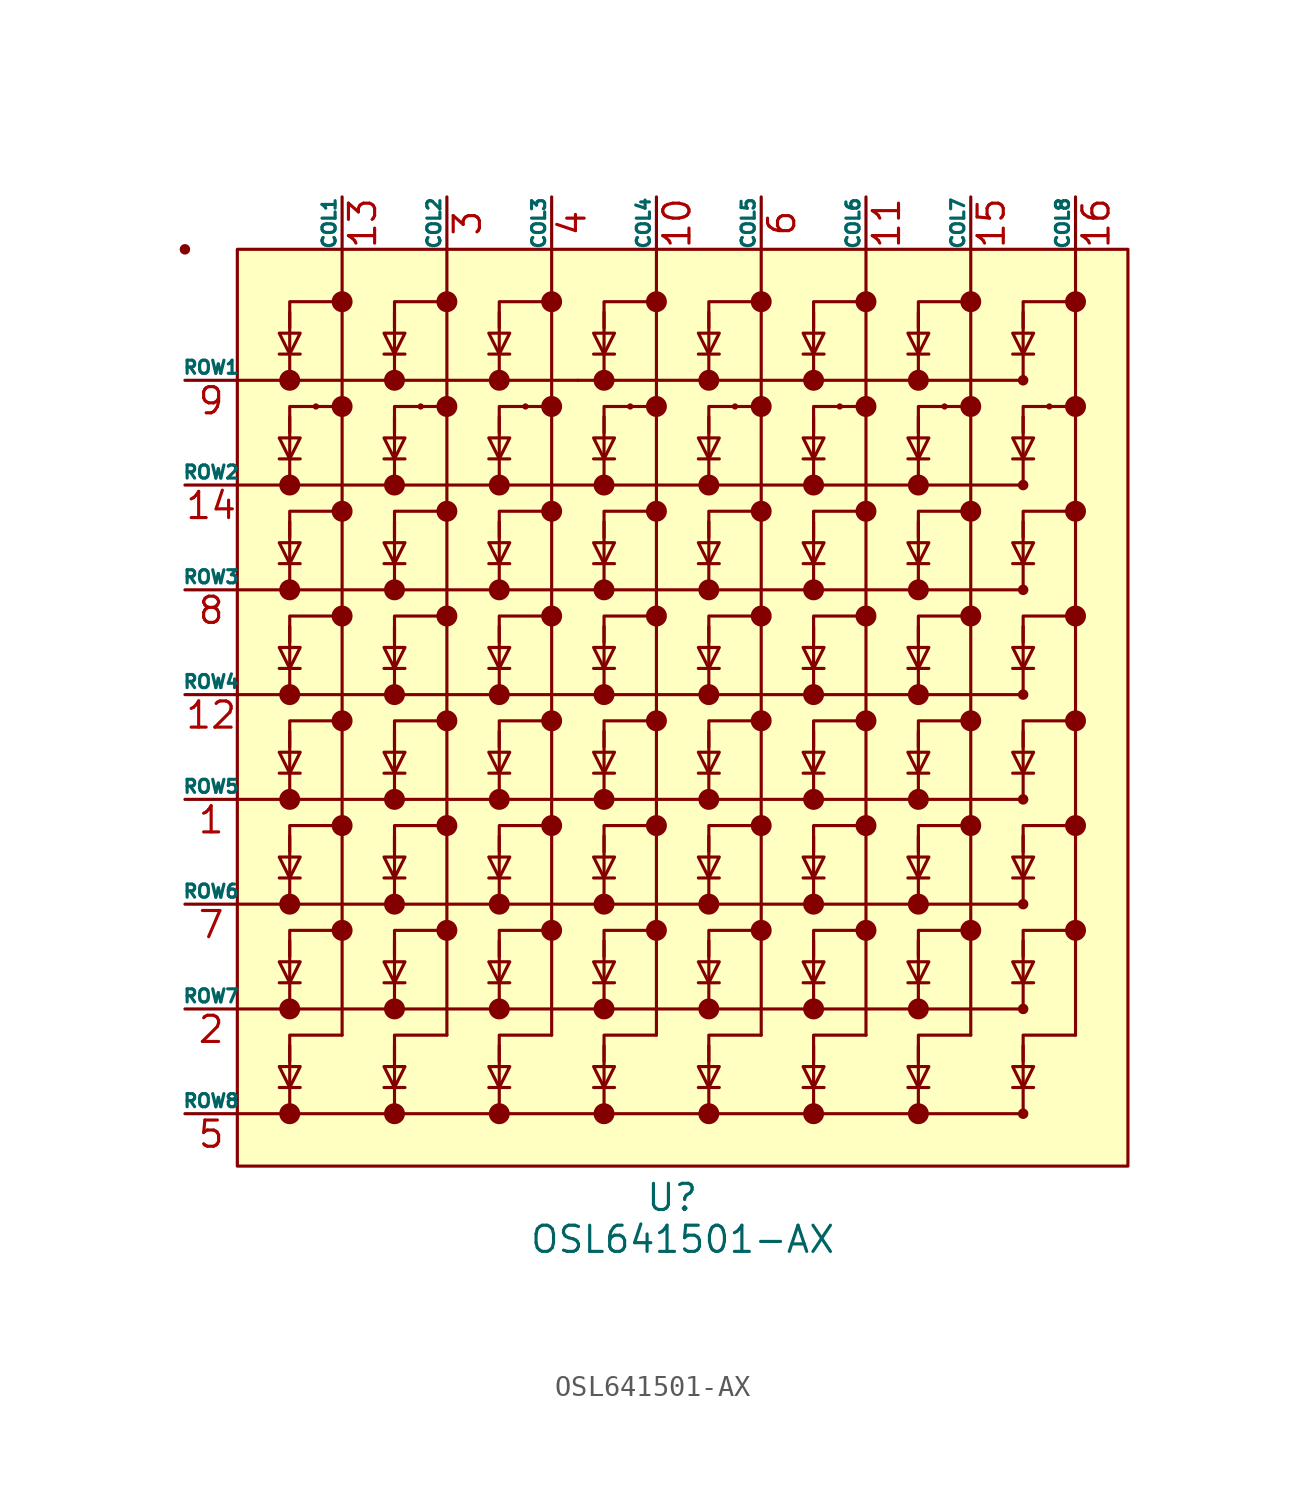
<source format=kicad_sym>
(kicad_symbol_lib
  (version 20231120)
  (generator "kicad_symbol_editor")
  (generator_version "8.0")
  (symbol "OSL641501-AX"
    (pin_names
      (offset 0))
    (property "Reference" "U"
      (at 24.892 -47.244 0)
      (effects (font (size 1.27 1.27))))
    (property "Value" "OSL641501-AX"
      (at 25.4 -49.276 0)
      (effects (font (size 1.27 1.27))))
    (symbol "OSL641501-AX_0_1"
      (polyline (pts (xy 1.27 -1.27) (xy 1.27 -1.27)) (stroke (width 0.508) (type default)) (fill (type none)))
      (polyline (pts (xy 6.35 -43.18) (xy 3.81 -43.18)) (stroke (width 0) (type default)) (fill (type none)))
      (polyline (pts (xy 6.35 -43.18) (xy 6.35 -43.18)) (stroke (width 0.508) (type default)) (fill (type none)))
      (polyline (pts (xy 6.35 -43.18) (xy 6.35 -39.878)) (stroke (width 0) (type default)) (fill (type none)))
      (polyline (pts (xy 6.35 -38.1) (xy 3.81 -38.1)) (stroke (width 0) (type default)) (fill (type none)))
      (polyline (pts (xy 6.35 -38.1) (xy 6.35 -38.1)) (stroke (width 0.508) (type default)) (fill (type none)))
      (polyline (pts (xy 6.35 -38.1) (xy 6.35 -34.798)) (stroke (width 0) (type default)) (fill (type none)))
      (polyline (pts (xy 6.35 -33.02) (xy 3.81 -33.02)) (stroke (width 0) (type default)) (fill (type none)))
      (polyline (pts (xy 6.35 -33.02) (xy 6.35 -33.02)) (stroke (width 0.508) (type default)) (fill (type none)))
      (polyline (pts (xy 6.35 -33.02) (xy 6.35 -29.718)) (stroke (width 0) (type default)) (fill (type none)))
      (polyline (pts (xy 6.35 -27.94) (xy 3.81 -27.94)) (stroke (width 0) (type default)) (fill (type none)))
      (polyline (pts (xy 6.35 -27.94) (xy 6.35 -27.94)) (stroke (width 0.508) (type default)) (fill (type none)))
      (polyline (pts (xy 6.35 -27.94) (xy 6.35 -24.638)) (stroke (width 0) (type default)) (fill (type none)))
      (polyline (pts (xy 6.35 -22.86) (xy 3.81 -22.86)) (stroke (width 0) (type default)) (fill (type none)))
      (polyline (pts (xy 6.35 -22.86) (xy 6.35 -22.86)) (stroke (width 0.508) (type default)) (fill (type none)))
      (polyline (pts (xy 6.35 -22.86) (xy 6.35 -19.558)) (stroke (width 0) (type default)) (fill (type none)))
      (polyline (pts (xy 6.35 -17.78) (xy 3.81 -17.78)) (stroke (width 0) (type default)) (fill (type none)))
      (polyline (pts (xy 6.35 -17.78) (xy 6.35 -17.78)) (stroke (width 0.508) (type default)) (fill (type none)))
      (polyline (pts (xy 6.35 -17.78) (xy 6.35 -14.478)) (stroke (width 0) (type default)) (fill (type none)))
      (polyline (pts (xy 6.35 -12.7) (xy 3.81 -12.7)) (stroke (width 0) (type default)) (fill (type none)))
      (polyline (pts (xy 6.35 -12.7) (xy 6.35 -12.7)) (stroke (width 0.508) (type default)) (fill (type none)))
      (polyline (pts (xy 6.35 -12.7) (xy 6.35 -12.7)) (stroke (width 0.508) (type default)) (fill (type none)))
      (polyline (pts (xy 6.35 -12.7) (xy 6.35 -12.7)) (stroke (width 0.508) (type default)) (fill (type none)))
      (polyline (pts (xy 6.35 -12.7) (xy 6.35 -12.7)) (stroke (width 0.508) (type default)) (fill (type none)))
      (polyline (pts (xy 6.35 -12.7) (xy 6.35 -9.398)) (stroke (width 0) (type default)) (fill (type none)))
      (polyline (pts (xy 6.35 -7.62) (xy 3.81 -7.62)) (stroke (width 0) (type default)) (fill (type none)))
      (polyline (pts (xy 6.35 -7.62) (xy 6.35 -7.62)) (stroke (width 0.508) (type default)) (fill (type none)))
      (polyline (pts (xy 6.35 -7.62) (xy 6.35 -4.318)) (stroke (width 0) (type default)) (fill (type none)))
      (polyline (pts (xy 6.858 -41.91) (xy 5.842 -41.91)) (stroke (width 0) (type default)) (fill (type none)))
      (polyline (pts (xy 6.858 -36.83) (xy 5.842 -36.83)) (stroke (width 0) (type default)) (fill (type none)))
      (polyline (pts (xy 6.858 -31.75) (xy 5.842 -31.75)) (stroke (width 0) (type default)) (fill (type none)))
      (polyline (pts (xy 6.858 -26.67) (xy 5.842 -26.67)) (stroke (width 0) (type default)) (fill (type none)))
      (polyline (pts (xy 6.858 -21.59) (xy 5.842 -21.59)) (stroke (width 0) (type default)) (fill (type none)))
      (polyline (pts (xy 6.858 -16.51) (xy 5.842 -16.51)) (stroke (width 0) (type default)) (fill (type none)))
      (polyline (pts (xy 6.858 -11.43) (xy 5.842 -11.43)) (stroke (width 0) (type default)) (fill (type none)))
      (polyline (pts (xy 6.858 -6.35) (xy 5.842 -6.35)) (stroke (width 0) (type default)) (fill (type none)))
      (polyline (pts (xy 8.89 -1.27) (xy 8.89 -39.37)) (stroke (width 0) (type default)) (fill (type none)))
      (polyline (pts (xy 11.43 -43.18) (xy 6.35 -43.18)) (stroke (width 0) (type default)) (fill (type none)))
      (polyline (pts (xy 11.43 -43.18) (xy 11.43 -43.18)) (stroke (width 0.508) (type default)) (fill (type none)))
      (polyline (pts (xy 11.43 -43.18) (xy 11.43 -39.878)) (stroke (width 0) (type default)) (fill (type none)))
      (polyline (pts (xy 11.43 -38.1) (xy 6.35 -38.1)) (stroke (width 0) (type default)) (fill (type none)))
      (polyline (pts (xy 11.43 -38.1) (xy 11.43 -38.1)) (stroke (width 0.508) (type default)) (fill (type none)))
      (polyline (pts (xy 11.43 -38.1) (xy 11.43 -34.798)) (stroke (width 0) (type default)) (fill (type none)))
      (polyline (pts (xy 11.43 -33.02) (xy 6.35 -33.02)) (stroke (width 0) (type default)) (fill (type none)))
      (polyline (pts (xy 11.43 -33.02) (xy 11.43 -33.02)) (stroke (width 0.508) (type default)) (fill (type none)))
      (polyline (pts (xy 11.43 -33.02) (xy 11.43 -29.718)) (stroke (width 0) (type default)) (fill (type none)))
      (polyline (pts (xy 11.43 -27.94) (xy 6.35 -27.94)) (stroke (width 0) (type default)) (fill (type none)))
      (polyline (pts (xy 11.43 -27.94) (xy 11.43 -27.94)) (stroke (width 0.508) (type default)) (fill (type none)))
      (polyline (pts (xy 11.43 -27.94) (xy 11.43 -24.638)) (stroke (width 0) (type default)) (fill (type none)))
      (polyline (pts (xy 11.43 -22.86) (xy 6.35 -22.86)) (stroke (width 0) (type default)) (fill (type none)))
      (polyline (pts (xy 11.43 -22.86) (xy 11.43 -22.86)) (stroke (width 0.508) (type default)) (fill (type none)))
      (polyline (pts (xy 11.43 -22.86) (xy 11.43 -19.558)) (stroke (width 0) (type default)) (fill (type none)))
      (polyline (pts (xy 11.43 -17.78) (xy 6.35 -17.78)) (stroke (width 0) (type default)) (fill (type none)))
      (polyline (pts (xy 11.43 -17.78) (xy 11.43 -17.78)) (stroke (width 0.508) (type default)) (fill (type none)))
      (polyline (pts (xy 11.43 -17.78) (xy 11.43 -14.478)) (stroke (width 0) (type default)) (fill (type none)))
      (polyline (pts (xy 11.43 -12.7) (xy 6.35 -12.7)) (stroke (width 0) (type default)) (fill (type none)))
      (polyline (pts (xy 11.43 -12.7) (xy 11.43 -12.7)) (stroke (width 0.508) (type default)) (fill (type none)))
      (polyline (pts (xy 11.43 -12.7) (xy 11.43 -9.398)) (stroke (width 0) (type default)) (fill (type none)))
      (polyline (pts (xy 11.43 -7.62) (xy 6.35 -7.62)) (stroke (width 0) (type default)) (fill (type none)))
      (polyline (pts (xy 11.43 -7.62) (xy 11.43 -7.62)) (stroke (width 0.508) (type default)) (fill (type none)))
      (polyline (pts (xy 11.43 -7.62) (xy 11.43 -4.318)) (stroke (width 0) (type default)) (fill (type none)))
      (polyline (pts (xy 11.938 -41.91) (xy 10.922 -41.91)) (stroke (width 0) (type default)) (fill (type none)))
      (polyline (pts (xy 11.938 -36.83) (xy 10.922 -36.83)) (stroke (width 0) (type default)) (fill (type none)))
      (polyline (pts (xy 11.938 -31.75) (xy 10.922 -31.75)) (stroke (width 0) (type default)) (fill (type none)))
      (polyline (pts (xy 11.938 -26.67) (xy 10.922 -26.67)) (stroke (width 0) (type default)) (fill (type none)))
      (polyline (pts (xy 11.938 -21.59) (xy 10.922 -21.59)) (stroke (width 0) (type default)) (fill (type none)))
      (polyline (pts (xy 11.938 -16.51) (xy 10.922 -16.51)) (stroke (width 0) (type default)) (fill (type none)))
      (polyline (pts (xy 11.938 -11.43) (xy 10.922 -11.43)) (stroke (width 0) (type default)) (fill (type none)))
      (polyline (pts (xy 11.938 -6.35) (xy 10.922 -6.35)) (stroke (width 0) (type default)) (fill (type none)))
      (polyline (pts (xy 13.97 -1.27) (xy 13.97 -39.37)) (stroke (width 0) (type default)) (fill (type none)))
      (polyline (pts (xy 16.51 -43.18) (xy 11.43 -43.18)) (stroke (width 0) (type default)) (fill (type none)))
      (polyline (pts (xy 16.51 -43.18) (xy 16.51 -43.18)) (stroke (width 0.508) (type default)) (fill (type none)))
      (polyline (pts (xy 16.51 -43.18) (xy 16.51 -39.878)) (stroke (width 0) (type default)) (fill (type none)))
      (polyline (pts (xy 16.51 -38.1) (xy 11.43 -38.1)) (stroke (width 0) (type default)) (fill (type none)))
      (polyline (pts (xy 16.51 -38.1) (xy 16.51 -38.1)) (stroke (width 0.508) (type default)) (fill (type none)))
      (polyline (pts (xy 16.51 -38.1) (xy 16.51 -34.798)) (stroke (width 0) (type default)) (fill (type none)))
      (polyline (pts (xy 16.51 -33.02) (xy 11.43 -33.02)) (stroke (width 0) (type default)) (fill (type none)))
      (polyline (pts (xy 16.51 -33.02) (xy 16.51 -33.02)) (stroke (width 0.508) (type default)) (fill (type none)))
      (polyline (pts (xy 16.51 -33.02) (xy 16.51 -29.718)) (stroke (width 0) (type default)) (fill (type none)))
      (polyline (pts (xy 16.51 -27.94) (xy 11.43 -27.94)) (stroke (width 0) (type default)) (fill (type none)))
      (polyline (pts (xy 16.51 -27.94) (xy 16.51 -27.94)) (stroke (width 0.508) (type default)) (fill (type none)))
      (polyline (pts (xy 16.51 -27.94) (xy 16.51 -24.638)) (stroke (width 0) (type default)) (fill (type none)))
      (polyline (pts (xy 16.51 -22.86) (xy 11.43 -22.86)) (stroke (width 0) (type default)) (fill (type none)))
      (polyline (pts (xy 16.51 -22.86) (xy 16.51 -22.86)) (stroke (width 0.508) (type default)) (fill (type none)))
      (polyline (pts (xy 16.51 -22.86) (xy 16.51 -19.558)) (stroke (width 0) (type default)) (fill (type none)))
      (polyline (pts (xy 16.51 -17.78) (xy 11.43 -17.78)) (stroke (width 0) (type default)) (fill (type none)))
      (polyline (pts (xy 16.51 -17.78) (xy 16.51 -17.78)) (stroke (width 0.508) (type default)) (fill (type none)))
      (polyline (pts (xy 16.51 -17.78) (xy 16.51 -14.478)) (stroke (width 0) (type default)) (fill (type none)))
      (polyline (pts (xy 16.51 -12.7) (xy 11.43 -12.7)) (stroke (width 0) (type default)) (fill (type none)))
      (polyline (pts (xy 16.51 -12.7) (xy 16.51 -12.7)) (stroke (width 0.508) (type default)) (fill (type none)))
      (polyline (pts (xy 16.51 -12.7) (xy 16.51 -9.398)) (stroke (width 0) (type default)) (fill (type none)))
      (polyline (pts (xy 16.51 -7.62) (xy 11.43 -7.62)) (stroke (width 0) (type default)) (fill (type none)))
      (polyline (pts (xy 16.51 -7.62) (xy 16.51 -7.62)) (stroke (width 0.508) (type default)) (fill (type none)))
      (polyline (pts (xy 16.51 -7.62) (xy 16.51 -4.318)) (stroke (width 0) (type default)) (fill (type none)))
      (polyline (pts (xy 17.018 -41.91) (xy 16.002 -41.91)) (stroke (width 0) (type default)) (fill (type none)))
      (polyline (pts (xy 17.018 -36.83) (xy 16.002 -36.83)) (stroke (width 0) (type default)) (fill (type none)))
      (polyline (pts (xy 17.018 -31.75) (xy 16.002 -31.75)) (stroke (width 0) (type default)) (fill (type none)))
      (polyline (pts (xy 17.018 -26.67) (xy 16.002 -26.67)) (stroke (width 0) (type default)) (fill (type none)))
      (polyline (pts (xy 17.018 -21.59) (xy 16.002 -21.59)) (stroke (width 0) (type default)) (fill (type none)))
      (polyline (pts (xy 17.018 -16.51) (xy 16.002 -16.51)) (stroke (width 0) (type default)) (fill (type none)))
      (polyline (pts (xy 17.018 -11.43) (xy 16.002 -11.43)) (stroke (width 0) (type default)) (fill (type none)))
      (polyline (pts (xy 17.018 -6.35) (xy 16.002 -6.35)) (stroke (width 0) (type default)) (fill (type none)))
      (polyline (pts (xy 19.05 -1.27) (xy 19.05 -39.37)) (stroke (width 0) (type default)) (fill (type none)))
      (polyline (pts (xy 20.32 -7.62) (xy 20.32 -7.62)) (stroke (width 0) (type default)) (fill (type none)))
      (polyline (pts (xy 21.59 -43.18) (xy 16.51 -43.18)) (stroke (width 0) (type default)) (fill (type none)))
      (polyline (pts (xy 21.59 -43.18) (xy 21.59 -43.18)) (stroke (width 0.508) (type default)) (fill (type none)))
      (polyline (pts (xy 21.59 -43.18) (xy 21.59 -39.878)) (stroke (width 0) (type default)) (fill (type none)))
      (polyline (pts (xy 21.59 -38.1) (xy 16.51 -38.1)) (stroke (width 0) (type default)) (fill (type none)))
      (polyline (pts (xy 21.59 -38.1) (xy 21.59 -38.1)) (stroke (width 0.508) (type default)) (fill (type none)))
      (polyline (pts (xy 21.59 -38.1) (xy 21.59 -34.798)) (stroke (width 0) (type default)) (fill (type none)))
      (polyline (pts (xy 21.59 -33.02) (xy 16.51 -33.02)) (stroke (width 0) (type default)) (fill (type none)))
      (polyline (pts (xy 21.59 -33.02) (xy 21.59 -33.02)) (stroke (width 0.508) (type default)) (fill (type none)))
      (polyline (pts (xy 21.59 -33.02) (xy 21.59 -29.718)) (stroke (width 0) (type default)) (fill (type none)))
      (polyline (pts (xy 21.59 -27.94) (xy 16.51 -27.94)) (stroke (width 0) (type default)) (fill (type none)))
      (polyline (pts (xy 21.59 -27.94) (xy 21.59 -27.94)) (stroke (width 0.508) (type default)) (fill (type none)))
      (polyline (pts (xy 21.59 -27.94) (xy 21.59 -24.638)) (stroke (width 0) (type default)) (fill (type none)))
      (polyline (pts (xy 21.59 -22.86) (xy 16.51 -22.86)) (stroke (width 0) (type default)) (fill (type none)))
      (polyline (pts (xy 21.59 -22.86) (xy 21.59 -22.86)) (stroke (width 0.508) (type default)) (fill (type none)))
      (polyline (pts (xy 21.59 -22.86) (xy 21.59 -19.558)) (stroke (width 0) (type default)) (fill (type none)))
      (polyline (pts (xy 21.59 -17.78) (xy 16.51 -17.78)) (stroke (width 0) (type default)) (fill (type none)))
      (polyline (pts (xy 21.59 -17.78) (xy 21.59 -17.78)) (stroke (width 0.508) (type default)) (fill (type none)))
      (polyline (pts (xy 21.59 -17.78) (xy 21.59 -14.478)) (stroke (width 0) (type default)) (fill (type none)))
      (polyline (pts (xy 21.59 -12.7) (xy 16.51 -12.7)) (stroke (width 0) (type default)) (fill (type none)))
      (polyline (pts (xy 21.59 -12.7) (xy 21.59 -12.7)) (stroke (width 0.508) (type default)) (fill (type none)))
      (polyline (pts (xy 21.59 -12.7) (xy 21.59 -9.398)) (stroke (width 0) (type default)) (fill (type none)))
      (polyline (pts (xy 21.59 -7.62) (xy 16.51 -7.62)) (stroke (width 0) (type default)) (fill (type none)))
      (polyline (pts (xy 21.59 -7.62) (xy 21.59 -7.62)) (stroke (width 0.508) (type default)) (fill (type none)))
      (polyline (pts (xy 21.59 -7.62) (xy 21.59 -4.318)) (stroke (width 0) (type default)) (fill (type none)))
      (polyline (pts (xy 22.098 -41.91) (xy 21.082 -41.91)) (stroke (width 0) (type default)) (fill (type none)))
      (polyline (pts (xy 22.098 -36.83) (xy 21.082 -36.83)) (stroke (width 0) (type default)) (fill (type none)))
      (polyline (pts (xy 22.098 -31.75) (xy 21.082 -31.75)) (stroke (width 0) (type default)) (fill (type none)))
      (polyline (pts (xy 22.098 -26.67) (xy 21.082 -26.67)) (stroke (width 0) (type default)) (fill (type none)))
      (polyline (pts (xy 22.098 -21.59) (xy 21.082 -21.59)) (stroke (width 0) (type default)) (fill (type none)))
      (polyline (pts (xy 22.098 -16.51) (xy 21.082 -16.51)) (stroke (width 0) (type default)) (fill (type none)))
      (polyline (pts (xy 22.098 -11.43) (xy 21.082 -11.43)) (stroke (width 0) (type default)) (fill (type none)))
      (polyline (pts (xy 22.098 -6.35) (xy 21.082 -6.35)) (stroke (width 0) (type default)) (fill (type none)))
      (polyline (pts (xy 24.13 -8.89) (xy 24.13 -8.89)) (stroke (width 0) (type default)) (fill (type none)))
      (polyline (pts (xy 24.13 -1.27) (xy 24.13 -39.37)) (stroke (width 0) (type default)) (fill (type none)))
      (polyline (pts (xy 26.67 -43.18) (xy 21.59 -43.18)) (stroke (width 0) (type default)) (fill (type none)))
      (polyline (pts (xy 26.67 -43.18) (xy 26.67 -43.18)) (stroke (width 0.508) (type default)) (fill (type none)))
      (polyline (pts (xy 26.67 -43.18) (xy 26.67 -39.878)) (stroke (width 0) (type default)) (fill (type none)))
      (polyline (pts (xy 26.67 -38.1) (xy 21.59 -38.1)) (stroke (width 0) (type default)) (fill (type none)))
      (polyline (pts (xy 26.67 -38.1) (xy 26.67 -38.1)) (stroke (width 0.508) (type default)) (fill (type none)))
      (polyline (pts (xy 26.67 -38.1) (xy 26.67 -34.798)) (stroke (width 0) (type default)) (fill (type none)))
      (polyline (pts (xy 26.67 -33.02) (xy 21.59 -33.02)) (stroke (width 0) (type default)) (fill (type none)))
      (polyline (pts (xy 26.67 -33.02) (xy 26.67 -33.02)) (stroke (width 0.508) (type default)) (fill (type none)))
      (polyline (pts (xy 26.67 -33.02) (xy 26.67 -29.718)) (stroke (width 0) (type default)) (fill (type none)))
      (polyline (pts (xy 26.67 -27.94) (xy 21.59 -27.94)) (stroke (width 0) (type default)) (fill (type none)))
      (polyline (pts (xy 26.67 -27.94) (xy 26.67 -27.94)) (stroke (width 0.508) (type default)) (fill (type none)))
      (polyline (pts (xy 26.67 -27.94) (xy 26.67 -24.638)) (stroke (width 0) (type default)) (fill (type none)))
      (polyline (pts (xy 26.67 -22.86) (xy 21.59 -22.86)) (stroke (width 0) (type default)) (fill (type none)))
      (polyline (pts (xy 26.67 -22.86) (xy 26.67 -22.86)) (stroke (width 0.508) (type default)) (fill (type none)))
      (polyline (pts (xy 26.67 -22.86) (xy 26.67 -19.558)) (stroke (width 0) (type default)) (fill (type none)))
      (polyline (pts (xy 26.67 -17.78) (xy 21.59 -17.78)) (stroke (width 0) (type default)) (fill (type none)))
      (polyline (pts (xy 26.67 -17.78) (xy 26.67 -17.78)) (stroke (width 0.508) (type default)) (fill (type none)))
      (polyline (pts (xy 26.67 -17.78) (xy 26.67 -14.478)) (stroke (width 0) (type default)) (fill (type none)))
      (polyline (pts (xy 26.67 -12.7) (xy 21.59 -12.7)) (stroke (width 0) (type default)) (fill (type none)))
      (polyline (pts (xy 26.67 -12.7) (xy 26.67 -12.7)) (stroke (width 0.508) (type default)) (fill (type none)))
      (polyline (pts (xy 26.67 -12.7) (xy 26.67 -9.398)) (stroke (width 0) (type default)) (fill (type none)))
      (polyline (pts (xy 26.67 -7.62) (xy 21.59 -7.62)) (stroke (width 0) (type default)) (fill (type none)))
      (polyline (pts (xy 26.67 -7.62) (xy 26.67 -7.62)) (stroke (width 0.508) (type default)) (fill (type none)))
      (polyline (pts (xy 26.67 -7.62) (xy 26.67 -4.318)) (stroke (width 0) (type default)) (fill (type none)))
      (polyline (pts (xy 27.178 -41.91) (xy 26.162 -41.91)) (stroke (width 0) (type default)) (fill (type none)))
      (polyline (pts (xy 27.178 -36.83) (xy 26.162 -36.83)) (stroke (width 0) (type default)) (fill (type none)))
      (polyline (pts (xy 27.178 -31.75) (xy 26.162 -31.75)) (stroke (width 0) (type default)) (fill (type none)))
      (polyline (pts (xy 27.178 -26.67) (xy 26.162 -26.67)) (stroke (width 0) (type default)) (fill (type none)))
      (polyline (pts (xy 27.178 -21.59) (xy 26.162 -21.59)) (stroke (width 0) (type default)) (fill (type none)))
      (polyline (pts (xy 27.178 -16.51) (xy 26.162 -16.51)) (stroke (width 0) (type default)) (fill (type none)))
      (polyline (pts (xy 27.178 -11.43) (xy 26.162 -11.43)) (stroke (width 0) (type default)) (fill (type none)))
      (polyline (pts (xy 27.178 -6.35) (xy 26.162 -6.35)) (stroke (width 0) (type default)) (fill (type none)))
      (polyline (pts (xy 29.21 -1.27) (xy 29.21 -39.37)) (stroke (width 0) (type default)) (fill (type none)))
      (polyline (pts (xy 31.75 -43.18) (xy 26.67 -43.18)) (stroke (width 0) (type default)) (fill (type none)))
      (polyline (pts (xy 31.75 -43.18) (xy 31.75 -43.18)) (stroke (width 0.508) (type default)) (fill (type none)))
      (polyline (pts (xy 31.75 -43.18) (xy 31.75 -39.878)) (stroke (width 0) (type default)) (fill (type none)))
      (polyline (pts (xy 31.75 -38.1) (xy 26.67 -38.1)) (stroke (width 0) (type default)) (fill (type none)))
      (polyline (pts (xy 31.75 -38.1) (xy 31.75 -38.1)) (stroke (width 0.508) (type default)) (fill (type none)))
      (polyline (pts (xy 31.75 -38.1) (xy 31.75 -34.798)) (stroke (width 0) (type default)) (fill (type none)))
      (polyline (pts (xy 31.75 -33.02) (xy 26.67 -33.02)) (stroke (width 0) (type default)) (fill (type none)))
      (polyline (pts (xy 31.75 -33.02) (xy 31.75 -33.02)) (stroke (width 0.508) (type default)) (fill (type none)))
      (polyline (pts (xy 31.75 -33.02) (xy 31.75 -29.718)) (stroke (width 0) (type default)) (fill (type none)))
      (polyline (pts (xy 31.75 -27.94) (xy 26.67 -27.94)) (stroke (width 0) (type default)) (fill (type none)))
      (polyline (pts (xy 31.75 -27.94) (xy 31.75 -27.94)) (stroke (width 0.508) (type default)) (fill (type none)))
      (polyline (pts (xy 31.75 -27.94) (xy 31.75 -24.638)) (stroke (width 0) (type default)) (fill (type none)))
      (polyline (pts (xy 31.75 -22.86) (xy 26.67 -22.86)) (stroke (width 0) (type default)) (fill (type none)))
      (polyline (pts (xy 31.75 -22.86) (xy 31.75 -22.86)) (stroke (width 0.508) (type default)) (fill (type none)))
      (polyline (pts (xy 31.75 -22.86) (xy 31.75 -19.558)) (stroke (width 0) (type default)) (fill (type none)))
      (polyline (pts (xy 31.75 -17.78) (xy 26.67 -17.78)) (stroke (width 0) (type default)) (fill (type none)))
      (polyline (pts (xy 31.75 -17.78) (xy 31.75 -17.78)) (stroke (width 0.508) (type default)) (fill (type none)))
      (polyline (pts (xy 31.75 -17.78) (xy 31.75 -14.478)) (stroke (width 0) (type default)) (fill (type none)))
      (polyline (pts (xy 31.75 -12.7) (xy 26.67 -12.7)) (stroke (width 0) (type default)) (fill (type none)))
      (polyline (pts (xy 31.75 -12.7) (xy 31.75 -12.7)) (stroke (width 0.508) (type default)) (fill (type none)))
      (polyline (pts (xy 31.75 -12.7) (xy 31.75 -9.398)) (stroke (width 0) (type default)) (fill (type none)))
      (polyline (pts (xy 31.75 -7.62) (xy 26.67 -7.62)) (stroke (width 0) (type default)) (fill (type none)))
      (polyline (pts (xy 31.75 -7.62) (xy 31.75 -7.62)) (stroke (width 0.508) (type default)) (fill (type none)))
      (polyline (pts (xy 31.75 -7.62) (xy 31.75 -4.318)) (stroke (width 0) (type default)) (fill (type none)))
      (polyline (pts (xy 32.258 -41.91) (xy 31.242 -41.91)) (stroke (width 0) (type default)) (fill (type none)))
      (polyline (pts (xy 32.258 -36.83) (xy 31.242 -36.83)) (stroke (width 0) (type default)) (fill (type none)))
      (polyline (pts (xy 32.258 -31.75) (xy 31.242 -31.75)) (stroke (width 0) (type default)) (fill (type none)))
      (polyline (pts (xy 32.258 -26.67) (xy 31.242 -26.67)) (stroke (width 0) (type default)) (fill (type none)))
      (polyline (pts (xy 32.258 -21.59) (xy 31.242 -21.59)) (stroke (width 0) (type default)) (fill (type none)))
      (polyline (pts (xy 32.258 -16.51) (xy 31.242 -16.51)) (stroke (width 0) (type default)) (fill (type none)))
      (polyline (pts (xy 32.258 -11.43) (xy 31.242 -11.43)) (stroke (width 0) (type default)) (fill (type none)))
      (polyline (pts (xy 32.258 -6.35) (xy 31.242 -6.35)) (stroke (width 0) (type default)) (fill (type none)))
      (polyline (pts (xy 34.29 -1.27) (xy 34.29 -39.37)) (stroke (width 0) (type default)) (fill (type none)))
      (polyline (pts (xy 36.83 -43.18) (xy 31.75 -43.18)) (stroke (width 0) (type default)) (fill (type none)))
      (polyline (pts (xy 36.83 -43.18) (xy 36.83 -43.18)) (stroke (width 0.508) (type default)) (fill (type none)))
      (polyline (pts (xy 36.83 -43.18) (xy 36.83 -39.878)) (stroke (width 0) (type default)) (fill (type none)))
      (polyline (pts (xy 36.83 -38.1) (xy 31.75 -38.1)) (stroke (width 0) (type default)) (fill (type none)))
      (polyline (pts (xy 36.83 -38.1) (xy 36.83 -38.1)) (stroke (width 0.508) (type default)) (fill (type none)))
      (polyline (pts (xy 36.83 -38.1) (xy 36.83 -34.798)) (stroke (width 0) (type default)) (fill (type none)))
      (polyline (pts (xy 36.83 -33.02) (xy 31.75 -33.02)) (stroke (width 0) (type default)) (fill (type none)))
      (polyline (pts (xy 36.83 -33.02) (xy 36.83 -33.02)) (stroke (width 0.508) (type default)) (fill (type none)))
      (polyline (pts (xy 36.83 -33.02) (xy 36.83 -29.718)) (stroke (width 0) (type default)) (fill (type none)))
      (polyline (pts (xy 36.83 -27.94) (xy 31.75 -27.94)) (stroke (width 0) (type default)) (fill (type none)))
      (polyline (pts (xy 36.83 -27.94) (xy 36.83 -27.94)) (stroke (width 0.508) (type default)) (fill (type none)))
      (polyline (pts (xy 36.83 -27.94) (xy 36.83 -24.638)) (stroke (width 0) (type default)) (fill (type none)))
      (polyline (pts (xy 36.83 -22.86) (xy 31.75 -22.86)) (stroke (width 0) (type default)) (fill (type none)))
      (polyline (pts (xy 36.83 -22.86) (xy 36.83 -22.86)) (stroke (width 0.508) (type default)) (fill (type none)))
      (polyline (pts (xy 36.83 -22.86) (xy 36.83 -19.558)) (stroke (width 0) (type default)) (fill (type none)))
      (polyline (pts (xy 36.83 -17.78) (xy 31.75 -17.78)) (stroke (width 0) (type default)) (fill (type none)))
      (polyline (pts (xy 36.83 -17.78) (xy 36.83 -17.78)) (stroke (width 0.508) (type default)) (fill (type none)))
      (polyline (pts (xy 36.83 -17.78) (xy 36.83 -14.478)) (stroke (width 0) (type default)) (fill (type none)))
      (polyline (pts (xy 36.83 -12.7) (xy 31.75 -12.7)) (stroke (width 0) (type default)) (fill (type none)))
      (polyline (pts (xy 36.83 -12.7) (xy 36.83 -12.7)) (stroke (width 0.508) (type default)) (fill (type none)))
      (polyline (pts (xy 36.83 -12.7) (xy 36.83 -9.398)) (stroke (width 0) (type default)) (fill (type none)))
      (polyline (pts (xy 36.83 -7.62) (xy 31.75 -7.62)) (stroke (width 0) (type default)) (fill (type none)))
      (polyline (pts (xy 36.83 -7.62) (xy 36.83 -7.62)) (stroke (width 0.508) (type default)) (fill (type none)))
      (polyline (pts (xy 36.83 -7.62) (xy 36.83 -4.318)) (stroke (width 0) (type default)) (fill (type none)))
      (polyline (pts (xy 37.338 -41.91) (xy 36.322 -41.91)) (stroke (width 0) (type default)) (fill (type none)))
      (polyline (pts (xy 37.338 -36.83) (xy 36.322 -36.83)) (stroke (width 0) (type default)) (fill (type none)))
      (polyline (pts (xy 37.338 -31.75) (xy 36.322 -31.75)) (stroke (width 0) (type default)) (fill (type none)))
      (polyline (pts (xy 37.338 -26.67) (xy 36.322 -26.67)) (stroke (width 0) (type default)) (fill (type none)))
      (polyline (pts (xy 37.338 -21.59) (xy 36.322 -21.59)) (stroke (width 0) (type default)) (fill (type none)))
      (polyline (pts (xy 37.338 -16.51) (xy 36.322 -16.51)) (stroke (width 0) (type default)) (fill (type none)))
      (polyline (pts (xy 37.338 -11.43) (xy 36.322 -11.43)) (stroke (width 0) (type default)) (fill (type none)))
      (polyline (pts (xy 37.338 -6.35) (xy 36.322 -6.35)) (stroke (width 0) (type default)) (fill (type none)))
      (polyline (pts (xy 39.37 -1.27) (xy 39.37 -39.37)) (stroke (width 0) (type default)) (fill (type none)))
      (polyline (pts (xy 41.91 -43.18) (xy 36.83 -43.18)) (stroke (width 0) (type default)) (fill (type none)))
      (polyline (pts (xy 41.91 -43.18) (xy 41.91 -43.18)) (stroke (width 0.508) (type default)) (fill (type none)))
      (polyline (pts (xy 41.91 -43.18) (xy 41.91 -39.878)) (stroke (width 0) (type default)) (fill (type none)))
      (polyline (pts (xy 41.91 -38.1) (xy 36.83 -38.1)) (stroke (width 0) (type default)) (fill (type none)))
      (polyline (pts (xy 41.91 -38.1) (xy 41.91 -38.1)) (stroke (width 0.508) (type default)) (fill (type none)))
      (polyline (pts (xy 41.91 -38.1) (xy 41.91 -34.798)) (stroke (width 0) (type default)) (fill (type none)))
      (polyline (pts (xy 41.91 -33.02) (xy 36.83 -33.02)) (stroke (width 0) (type default)) (fill (type none)))
      (polyline (pts (xy 41.91 -33.02) (xy 41.91 -33.02)) (stroke (width 0.508) (type default)) (fill (type none)))
      (polyline (pts (xy 41.91 -33.02) (xy 41.91 -29.718)) (stroke (width 0) (type default)) (fill (type none)))
      (polyline (pts (xy 41.91 -27.94) (xy 36.83 -27.94)) (stroke (width 0) (type default)) (fill (type none)))
      (polyline (pts (xy 41.91 -27.94) (xy 41.91 -27.94)) (stroke (width 0.508) (type default)) (fill (type none)))
      (polyline (pts (xy 41.91 -27.94) (xy 41.91 -24.638)) (stroke (width 0) (type default)) (fill (type none)))
      (polyline (pts (xy 41.91 -22.86) (xy 36.83 -22.86)) (stroke (width 0) (type default)) (fill (type none)))
      (polyline (pts (xy 41.91 -22.86) (xy 41.91 -22.86)) (stroke (width 0.508) (type default)) (fill (type none)))
      (polyline (pts (xy 41.91 -22.86) (xy 41.91 -19.558)) (stroke (width 0) (type default)) (fill (type none)))
      (polyline (pts (xy 41.91 -17.78) (xy 36.83 -17.78)) (stroke (width 0) (type default)) (fill (type none)))
      (polyline (pts (xy 41.91 -17.78) (xy 41.91 -17.78)) (stroke (width 0.508) (type default)) (fill (type none)))
      (polyline (pts (xy 41.91 -17.78) (xy 41.91 -14.478)) (stroke (width 0) (type default)) (fill (type none)))
      (polyline (pts (xy 41.91 -12.7) (xy 36.83 -12.7)) (stroke (width 0) (type default)) (fill (type none)))
      (polyline (pts (xy 41.91 -12.7) (xy 41.91 -12.7)) (stroke (width 0.508) (type default)) (fill (type none)))
      (polyline (pts (xy 41.91 -12.7) (xy 41.91 -9.398)) (stroke (width 0) (type default)) (fill (type none)))
      (polyline (pts (xy 41.91 -7.62) (xy 36.83 -7.62)) (stroke (width 0) (type default)) (fill (type none)))
      (polyline (pts (xy 41.91 -7.62) (xy 41.91 -7.62)) (stroke (width 0.508) (type default)) (fill (type none)))
      (polyline (pts (xy 41.91 -7.62) (xy 41.91 -4.318)) (stroke (width 0) (type default)) (fill (type none)))
      (polyline (pts (xy 42.418 -41.91) (xy 41.402 -41.91)) (stroke (width 0) (type default)) (fill (type none)))
      (polyline (pts (xy 42.418 -36.83) (xy 41.402 -36.83)) (stroke (width 0) (type default)) (fill (type none)))
      (polyline (pts (xy 42.418 -31.75) (xy 41.402 -31.75)) (stroke (width 0) (type default)) (fill (type none)))
      (polyline (pts (xy 42.418 -26.67) (xy 41.402 -26.67)) (stroke (width 0) (type default)) (fill (type none)))
      (polyline (pts (xy 42.418 -21.59) (xy 41.402 -21.59)) (stroke (width 0) (type default)) (fill (type none)))
      (polyline (pts (xy 42.418 -16.51) (xy 41.402 -16.51)) (stroke (width 0) (type default)) (fill (type none)))
      (polyline (pts (xy 42.418 -11.43) (xy 41.402 -11.43)) (stroke (width 0) (type default)) (fill (type none)))
      (polyline (pts (xy 42.418 -6.35) (xy 41.402 -6.35)) (stroke (width 0) (type default)) (fill (type none)))
      (polyline (pts (xy 44.45 -1.27) (xy 44.45 -39.37)) (stroke (width 0) (type default)) (fill (type none)))
      (polyline (pts (xy 8.89 -39.37) (xy 6.35 -39.37) (xy 6.35 -40.64)) (stroke (width 0) (type default)) (fill (type none)))
      (polyline (pts (xy 8.89 -34.29) (xy 6.35 -34.29) (xy 6.35 -35.56)) (stroke (width 0) (type default)) (fill (type none)))
      (polyline (pts (xy 8.89 -29.21) (xy 6.35 -29.21) (xy 6.35 -30.48)) (stroke (width 0) (type default)) (fill (type none)))
      (polyline (pts (xy 8.89 -24.13) (xy 6.35 -24.13) (xy 6.35 -25.4)) (stroke (width 0) (type default)) (fill (type none)))
      (polyline (pts (xy 8.89 -19.05) (xy 6.35 -19.05) (xy 6.35 -20.32)) (stroke (width 0) (type default)) (fill (type none)))
      (polyline (pts (xy 8.89 -13.97) (xy 6.35 -13.97) (xy 6.35 -15.24)) (stroke (width 0) (type default)) (fill (type none)))
      (polyline (pts (xy 8.89 -8.89) (xy 6.35 -8.89) (xy 6.35 -10.16)) (stroke (width 0) (type default)) (fill (type none)))
      (polyline (pts (xy 8.89 -3.81) (xy 6.35 -3.81) (xy 6.35 -5.08)) (stroke (width 0) (type default)) (fill (type none)))
      (polyline (pts (xy 13.97 -39.37) (xy 11.43 -39.37) (xy 11.43 -40.64)) (stroke (width 0) (type default)) (fill (type none)))
      (polyline (pts (xy 13.97 -34.29) (xy 11.43 -34.29) (xy 11.43 -35.56)) (stroke (width 0) (type default)) (fill (type none)))
      (polyline (pts (xy 13.97 -29.21) (xy 11.43 -29.21) (xy 11.43 -30.48)) (stroke (width 0) (type default)) (fill (type none)))
      (polyline (pts (xy 13.97 -24.13) (xy 11.43 -24.13) (xy 11.43 -25.4)) (stroke (width 0) (type default)) (fill (type none)))
      (polyline (pts (xy 13.97 -19.05) (xy 11.43 -19.05) (xy 11.43 -20.32)) (stroke (width 0) (type default)) (fill (type none)))
      (polyline (pts (xy 13.97 -13.97) (xy 11.43 -13.97) (xy 11.43 -15.24)) (stroke (width 0) (type default)) (fill (type none)))
      (polyline (pts (xy 13.97 -8.89) (xy 11.43 -8.89) (xy 11.43 -10.16)) (stroke (width 0) (type default)) (fill (type none)))
      (polyline (pts (xy 13.97 -3.81) (xy 11.43 -3.81) (xy 11.43 -5.08)) (stroke (width 0) (type default)) (fill (type none)))
      (polyline (pts (xy 19.05 -39.37) (xy 16.51 -39.37) (xy 16.51 -40.64)) (stroke (width 0) (type default)) (fill (type none)))
      (polyline (pts (xy 19.05 -34.29) (xy 16.51 -34.29) (xy 16.51 -35.56)) (stroke (width 0) (type default)) (fill (type none)))
      (polyline (pts (xy 19.05 -29.21) (xy 16.51 -29.21) (xy 16.51 -30.48)) (stroke (width 0) (type default)) (fill (type none)))
      (polyline (pts (xy 19.05 -24.13) (xy 16.51 -24.13) (xy 16.51 -25.4)) (stroke (width 0) (type default)) (fill (type none)))
      (polyline (pts (xy 19.05 -19.05) (xy 16.51 -19.05) (xy 16.51 -20.32)) (stroke (width 0) (type default)) (fill (type none)))
      (polyline (pts (xy 19.05 -13.97) (xy 16.51 -13.97) (xy 16.51 -15.24)) (stroke (width 0) (type default)) (fill (type none)))
      (polyline (pts (xy 19.05 -8.89) (xy 16.51 -8.89) (xy 16.51 -10.16)) (stroke (width 0) (type default)) (fill (type none)))
      (polyline (pts (xy 19.05 -3.81) (xy 16.51 -3.81) (xy 16.51 -5.08)) (stroke (width 0) (type default)) (fill (type none)))
      (polyline (pts (xy 24.13 -39.37) (xy 21.59 -39.37) (xy 21.59 -40.64)) (stroke (width 0) (type default)) (fill (type none)))
      (polyline (pts (xy 24.13 -34.29) (xy 21.59 -34.29) (xy 21.59 -35.56)) (stroke (width 0) (type default)) (fill (type none)))
      (polyline (pts (xy 24.13 -29.21) (xy 21.59 -29.21) (xy 21.59 -30.48)) (stroke (width 0) (type default)) (fill (type none)))
      (polyline (pts (xy 24.13 -24.13) (xy 21.59 -24.13) (xy 21.59 -25.4)) (stroke (width 0) (type default)) (fill (type none)))
      (polyline (pts (xy 24.13 -19.05) (xy 21.59 -19.05) (xy 21.59 -20.32)) (stroke (width 0) (type default)) (fill (type none)))
      (polyline (pts (xy 24.13 -13.97) (xy 21.59 -13.97) (xy 21.59 -15.24)) (stroke (width 0) (type default)) (fill (type none)))
      (polyline (pts (xy 24.13 -8.89) (xy 21.59 -8.89) (xy 21.59 -10.16)) (stroke (width 0) (type default)) (fill (type none)))
      (polyline (pts (xy 24.13 -3.81) (xy 21.59 -3.81) (xy 21.59 -5.08)) (stroke (width 0) (type default)) (fill (type none)))
      (polyline (pts (xy 29.21 -39.37) (xy 26.67 -39.37) (xy 26.67 -40.64)) (stroke (width 0) (type default)) (fill (type none)))
      (polyline (pts (xy 29.21 -34.29) (xy 26.67 -34.29) (xy 26.67 -35.56)) (stroke (width 0) (type default)) (fill (type none)))
      (polyline (pts (xy 29.21 -29.21) (xy 26.67 -29.21) (xy 26.67 -30.48)) (stroke (width 0) (type default)) (fill (type none)))
      (polyline (pts (xy 29.21 -24.13) (xy 26.67 -24.13) (xy 26.67 -25.4)) (stroke (width 0) (type default)) (fill (type none)))
      (polyline (pts (xy 29.21 -19.05) (xy 26.67 -19.05) (xy 26.67 -20.32)) (stroke (width 0) (type default)) (fill (type none)))
      (polyline (pts (xy 29.21 -13.97) (xy 26.67 -13.97) (xy 26.67 -15.24)) (stroke (width 0) (type default)) (fill (type none)))
      (polyline (pts (xy 29.21 -8.89) (xy 26.67 -8.89) (xy 26.67 -10.16)) (stroke (width 0) (type default)) (fill (type none)))
      (polyline (pts (xy 29.21 -3.81) (xy 26.67 -3.81) (xy 26.67 -5.08)) (stroke (width 0) (type default)) (fill (type none)))
      (polyline (pts (xy 34.29 -39.37) (xy 31.75 -39.37) (xy 31.75 -40.64)) (stroke (width 0) (type default)) (fill (type none)))
      (polyline (pts (xy 34.29 -34.29) (xy 31.75 -34.29) (xy 31.75 -35.56)) (stroke (width 0) (type default)) (fill (type none)))
      (polyline (pts (xy 34.29 -29.21) (xy 31.75 -29.21) (xy 31.75 -30.48)) (stroke (width 0) (type default)) (fill (type none)))
      (polyline (pts (xy 34.29 -24.13) (xy 31.75 -24.13) (xy 31.75 -25.4)) (stroke (width 0) (type default)) (fill (type none)))
      (polyline (pts (xy 34.29 -19.05) (xy 31.75 -19.05) (xy 31.75 -20.32)) (stroke (width 0) (type default)) (fill (type none)))
      (polyline (pts (xy 34.29 -13.97) (xy 31.75 -13.97) (xy 31.75 -15.24)) (stroke (width 0) (type default)) (fill (type none)))
      (polyline (pts (xy 34.29 -8.89) (xy 31.75 -8.89) (xy 31.75 -10.16)) (stroke (width 0) (type default)) (fill (type none)))
      (polyline (pts (xy 34.29 -3.81) (xy 31.75 -3.81) (xy 31.75 -5.08)) (stroke (width 0) (type default)) (fill (type none)))
      (polyline (pts (xy 39.37 -39.37) (xy 36.83 -39.37) (xy 36.83 -40.64)) (stroke (width 0) (type default)) (fill (type none)))
      (polyline (pts (xy 39.37 -34.29) (xy 36.83 -34.29) (xy 36.83 -35.56)) (stroke (width 0) (type default)) (fill (type none)))
      (polyline (pts (xy 39.37 -29.21) (xy 36.83 -29.21) (xy 36.83 -30.48)) (stroke (width 0) (type default)) (fill (type none)))
      (polyline (pts (xy 39.37 -24.13) (xy 36.83 -24.13) (xy 36.83 -25.4)) (stroke (width 0) (type default)) (fill (type none)))
      (polyline (pts (xy 39.37 -19.05) (xy 36.83 -19.05) (xy 36.83 -20.32)) (stroke (width 0) (type default)) (fill (type none)))
      (polyline (pts (xy 39.37 -13.97) (xy 36.83 -13.97) (xy 36.83 -15.24)) (stroke (width 0) (type default)) (fill (type none)))
      (polyline (pts (xy 39.37 -8.89) (xy 36.83 -8.89) (xy 36.83 -10.16)) (stroke (width 0) (type default)) (fill (type none)))
      (polyline (pts (xy 39.37 -3.81) (xy 36.83 -3.81) (xy 36.83 -5.08)) (stroke (width 0) (type default)) (fill (type none)))
      (polyline (pts (xy 44.45 -39.37) (xy 41.91 -39.37) (xy 41.91 -40.64)) (stroke (width 0) (type default)) (fill (type none)))
      (polyline (pts (xy 44.45 -34.29) (xy 41.91 -34.29) (xy 41.91 -35.56)) (stroke (width 0) (type default)) (fill (type none)))
      (polyline (pts (xy 44.45 -29.21) (xy 41.91 -29.21) (xy 41.91 -30.48)) (stroke (width 0) (type default)) (fill (type none)))
      (polyline (pts (xy 44.45 -24.13) (xy 41.91 -24.13) (xy 41.91 -25.4)) (stroke (width 0) (type default)) (fill (type none)))
      (polyline (pts (xy 44.45 -19.05) (xy 41.91 -19.05) (xy 41.91 -20.32)) (stroke (width 0) (type default)) (fill (type none)))
      (polyline (pts (xy 44.45 -13.97) (xy 41.91 -13.97) (xy 41.91 -15.24)) (stroke (width 0) (type default)) (fill (type none)))
      (polyline (pts (xy 44.45 -8.89) (xy 41.91 -8.89) (xy 41.91 -10.16)) (stroke (width 0) (type default)) (fill (type none)))
      (polyline (pts (xy 44.45 -3.81) (xy 41.91 -3.81) (xy 41.91 -5.08)) (stroke (width 0) (type default)) (fill (type none)))
      (polyline (pts (xy 6.35 -41.91) (xy 6.858 -40.894) (xy 5.842 -40.894) (xy 6.35 -41.91)) (stroke (width 0) (type default)) (fill (type none)))
      (polyline (pts (xy 6.35 -36.83) (xy 6.858 -35.814) (xy 5.842 -35.814) (xy 6.35 -36.83)) (stroke (width 0) (type default)) (fill (type none)))
      (polyline (pts (xy 6.35 -31.75) (xy 6.858 -30.734) (xy 5.842 -30.734) (xy 6.35 -31.75)) (stroke (width 0) (type default)) (fill (type none)))
      (polyline (pts (xy 6.35 -26.67) (xy 6.858 -25.654) (xy 5.842 -25.654) (xy 6.35 -26.67)) (stroke (width 0) (type default)) (fill (type none)))
      (polyline (pts (xy 6.35 -21.59) (xy 6.858 -20.574) (xy 5.842 -20.574) (xy 6.35 -21.59)) (stroke (width 0) (type default)) (fill (type none)))
      (polyline (pts (xy 6.35 -16.51) (xy 6.858 -15.494) (xy 5.842 -15.494) (xy 6.35 -16.51)) (stroke (width 0) (type default)) (fill (type none)))
      (polyline (pts (xy 6.35 -11.43) (xy 6.858 -10.414) (xy 5.842 -10.414) (xy 6.35 -11.43)) (stroke (width 0) (type default)) (fill (type none)))
      (polyline (pts (xy 6.35 -6.35) (xy 6.858 -5.334) (xy 5.842 -5.334) (xy 6.35 -6.35)) (stroke (width 0) (type default)) (fill (type none)))
      (polyline (pts (xy 11.43 -41.91) (xy 11.938 -40.894) (xy 10.922 -40.894) (xy 11.43 -41.91)) (stroke (width 0) (type default)) (fill (type none)))
      (polyline (pts (xy 11.43 -36.83) (xy 11.938 -35.814) (xy 10.922 -35.814) (xy 11.43 -36.83)) (stroke (width 0) (type default)) (fill (type none)))
      (polyline (pts (xy 11.43 -31.75) (xy 11.938 -30.734) (xy 10.922 -30.734) (xy 11.43 -31.75)) (stroke (width 0) (type default)) (fill (type none)))
      (polyline (pts (xy 11.43 -26.67) (xy 11.938 -25.654) (xy 10.922 -25.654) (xy 11.43 -26.67)) (stroke (width 0) (type default)) (fill (type none)))
      (polyline (pts (xy 11.43 -21.59) (xy 11.938 -20.574) (xy 10.922 -20.574) (xy 11.43 -21.59)) (stroke (width 0) (type default)) (fill (type none)))
      (polyline (pts (xy 11.43 -16.51) (xy 11.938 -15.494) (xy 10.922 -15.494) (xy 11.43 -16.51)) (stroke (width 0) (type default)) (fill (type none)))
      (polyline (pts (xy 11.43 -11.43) (xy 11.938 -10.414) (xy 10.922 -10.414) (xy 11.43 -11.43)) (stroke (width 0) (type default)) (fill (type none)))
      (polyline (pts (xy 11.43 -6.35) (xy 11.938 -5.334) (xy 10.922 -5.334) (xy 11.43 -6.35)) (stroke (width 0) (type default)) (fill (type none)))
      (polyline (pts (xy 16.51 -41.91) (xy 17.018 -40.894) (xy 16.002 -40.894) (xy 16.51 -41.91)) (stroke (width 0) (type default)) (fill (type none)))
      (polyline (pts (xy 16.51 -36.83) (xy 17.018 -35.814) (xy 16.002 -35.814) (xy 16.51 -36.83)) (stroke (width 0) (type default)) (fill (type none)))
      (polyline (pts (xy 16.51 -31.75) (xy 17.018 -30.734) (xy 16.002 -30.734) (xy 16.51 -31.75)) (stroke (width 0) (type default)) (fill (type none)))
      (polyline (pts (xy 16.51 -26.67) (xy 17.018 -25.654) (xy 16.002 -25.654) (xy 16.51 -26.67)) (stroke (width 0) (type default)) (fill (type none)))
      (polyline (pts (xy 16.51 -21.59) (xy 17.018 -20.574) (xy 16.002 -20.574) (xy 16.51 -21.59)) (stroke (width 0) (type default)) (fill (type none)))
      (polyline (pts (xy 16.51 -16.51) (xy 17.018 -15.494) (xy 16.002 -15.494) (xy 16.51 -16.51)) (stroke (width 0) (type default)) (fill (type none)))
      (polyline (pts (xy 16.51 -11.43) (xy 17.018 -10.414) (xy 16.002 -10.414) (xy 16.51 -11.43)) (stroke (width 0) (type default)) (fill (type none)))
      (polyline (pts (xy 16.51 -6.35) (xy 17.018 -5.334) (xy 16.002 -5.334) (xy 16.51 -6.35)) (stroke (width 0) (type default)) (fill (type none)))
      (polyline (pts (xy 21.59 -41.91) (xy 22.098 -40.894) (xy 21.082 -40.894) (xy 21.59 -41.91)) (stroke (width 0) (type default)) (fill (type none)))
      (polyline (pts (xy 21.59 -36.83) (xy 22.098 -35.814) (xy 21.082 -35.814) (xy 21.59 -36.83)) (stroke (width 0) (type default)) (fill (type none)))
      (polyline (pts (xy 21.59 -31.75) (xy 22.098 -30.734) (xy 21.082 -30.734) (xy 21.59 -31.75)) (stroke (width 0) (type default)) (fill (type none)))
      (polyline (pts (xy 21.59 -26.67) (xy 22.098 -25.654) (xy 21.082 -25.654) (xy 21.59 -26.67)) (stroke (width 0) (type default)) (fill (type none)))
      (polyline (pts (xy 21.59 -21.59) (xy 22.098 -20.574) (xy 21.082 -20.574) (xy 21.59 -21.59)) (stroke (width 0) (type default)) (fill (type none)))
      (polyline (pts (xy 21.59 -16.51) (xy 22.098 -15.494) (xy 21.082 -15.494) (xy 21.59 -16.51)) (stroke (width 0) (type default)) (fill (type none)))
      (polyline (pts (xy 21.59 -11.43) (xy 22.098 -10.414) (xy 21.082 -10.414) (xy 21.59 -11.43)) (stroke (width 0) (type default)) (fill (type none)))
      (polyline (pts (xy 21.59 -6.35) (xy 22.098 -5.334) (xy 21.082 -5.334) (xy 21.59 -6.35)) (stroke (width 0) (type default)) (fill (type none)))
      (polyline (pts (xy 26.67 -41.91) (xy 27.178 -40.894) (xy 26.162 -40.894) (xy 26.67 -41.91)) (stroke (width 0) (type default)) (fill (type none)))
      (polyline (pts (xy 26.67 -36.83) (xy 27.178 -35.814) (xy 26.162 -35.814) (xy 26.67 -36.83)) (stroke (width 0) (type default)) (fill (type none)))
      (polyline (pts (xy 26.67 -31.75) (xy 27.178 -30.734) (xy 26.162 -30.734) (xy 26.67 -31.75)) (stroke (width 0) (type default)) (fill (type none)))
      (polyline (pts (xy 26.67 -26.67) (xy 27.178 -25.654) (xy 26.162 -25.654) (xy 26.67 -26.67)) (stroke (width 0) (type default)) (fill (type none)))
      (polyline (pts (xy 26.67 -21.59) (xy 27.178 -20.574) (xy 26.162 -20.574) (xy 26.67 -21.59)) (stroke (width 0) (type default)) (fill (type none)))
      (polyline (pts (xy 26.67 -16.51) (xy 27.178 -15.494) (xy 26.162 -15.494) (xy 26.67 -16.51)) (stroke (width 0) (type default)) (fill (type none)))
      (polyline (pts (xy 26.67 -11.43) (xy 27.178 -10.414) (xy 26.162 -10.414) (xy 26.67 -11.43)) (stroke (width 0) (type default)) (fill (type none)))
      (polyline (pts (xy 26.67 -6.35) (xy 27.178 -5.334) (xy 26.162 -5.334) (xy 26.67 -6.35)) (stroke (width 0) (type default)) (fill (type none)))
      (polyline (pts (xy 31.75 -41.91) (xy 32.258 -40.894) (xy 31.242 -40.894) (xy 31.75 -41.91)) (stroke (width 0) (type default)) (fill (type none)))
      (polyline (pts (xy 31.75 -36.83) (xy 32.258 -35.814) (xy 31.242 -35.814) (xy 31.75 -36.83)) (stroke (width 0) (type default)) (fill (type none)))
      (polyline (pts (xy 31.75 -31.75) (xy 32.258 -30.734) (xy 31.242 -30.734) (xy 31.75 -31.75)) (stroke (width 0) (type default)) (fill (type none)))
      (polyline (pts (xy 31.75 -26.67) (xy 32.258 -25.654) (xy 31.242 -25.654) (xy 31.75 -26.67)) (stroke (width 0) (type default)) (fill (type none)))
      (polyline (pts (xy 31.75 -21.59) (xy 32.258 -20.574) (xy 31.242 -20.574) (xy 31.75 -21.59)) (stroke (width 0) (type default)) (fill (type none)))
      (polyline (pts (xy 31.75 -16.51) (xy 32.258 -15.494) (xy 31.242 -15.494) (xy 31.75 -16.51)) (stroke (width 0) (type default)) (fill (type none)))
      (polyline (pts (xy 31.75 -11.43) (xy 32.258 -10.414) (xy 31.242 -10.414) (xy 31.75 -11.43)) (stroke (width 0) (type default)) (fill (type none)))
      (polyline (pts (xy 31.75 -6.35) (xy 32.258 -5.334) (xy 31.242 -5.334) (xy 31.75 -6.35)) (stroke (width 0) (type default)) (fill (type none)))
      (polyline (pts (xy 36.83 -41.91) (xy 37.338 -40.894) (xy 36.322 -40.894) (xy 36.83 -41.91)) (stroke (width 0) (type default)) (fill (type none)))
      (polyline (pts (xy 36.83 -36.83) (xy 37.338 -35.814) (xy 36.322 -35.814) (xy 36.83 -36.83)) (stroke (width 0) (type default)) (fill (type none)))
      (polyline (pts (xy 36.83 -31.75) (xy 37.338 -30.734) (xy 36.322 -30.734) (xy 36.83 -31.75)) (stroke (width 0) (type default)) (fill (type none)))
      (polyline (pts (xy 36.83 -26.67) (xy 37.338 -25.654) (xy 36.322 -25.654) (xy 36.83 -26.67)) (stroke (width 0) (type default)) (fill (type none)))
      (polyline (pts (xy 36.83 -21.59) (xy 37.338 -20.574) (xy 36.322 -20.574) (xy 36.83 -21.59)) (stroke (width 0) (type default)) (fill (type none)))
      (polyline (pts (xy 36.83 -16.51) (xy 37.338 -15.494) (xy 36.322 -15.494) (xy 36.83 -16.51)) (stroke (width 0) (type default)) (fill (type none)))
      (polyline (pts (xy 36.83 -11.43) (xy 37.338 -10.414) (xy 36.322 -10.414) (xy 36.83 -11.43)) (stroke (width 0) (type default)) (fill (type none)))
      (polyline (pts (xy 36.83 -6.35) (xy 37.338 -5.334) (xy 36.322 -5.334) (xy 36.83 -6.35)) (stroke (width 0) (type default)) (fill (type none)))
      (polyline (pts (xy 41.91 -41.91) (xy 42.418 -40.894) (xy 41.402 -40.894) (xy 41.91 -41.91)) (stroke (width 0) (type default)) (fill (type none)))
      (polyline (pts (xy 41.91 -36.83) (xy 42.418 -35.814) (xy 41.402 -35.814) (xy 41.91 -36.83)) (stroke (width 0) (type default)) (fill (type none)))
      (polyline (pts (xy 41.91 -31.75) (xy 42.418 -30.734) (xy 41.402 -30.734) (xy 41.91 -31.75)) (stroke (width 0) (type default)) (fill (type none)))
      (polyline (pts (xy 41.91 -26.67) (xy 42.418 -25.654) (xy 41.402 -25.654) (xy 41.91 -26.67)) (stroke (width 0) (type default)) (fill (type none)))
      (polyline (pts (xy 41.91 -21.59) (xy 42.418 -20.574) (xy 41.402 -20.574) (xy 41.91 -21.59)) (stroke (width 0) (type default)) (fill (type none)))
      (polyline (pts (xy 41.91 -16.51) (xy 42.418 -15.494) (xy 41.402 -15.494) (xy 41.91 -16.51)) (stroke (width 0) (type default)) (fill (type none)))
      (polyline (pts (xy 41.91 -11.43) (xy 42.418 -10.414) (xy 41.402 -10.414) (xy 41.91 -11.43)) (stroke (width 0) (type default)) (fill (type none)))
      (polyline (pts (xy 41.91 -6.35) (xy 42.418 -5.334) (xy 41.402 -5.334) (xy 41.91 -6.35)) (stroke (width 0) (type default)) (fill (type none)))
      (circle (center 7.62 -8.89) (radius 0.0001) (stroke (width 0) (type default)) (fill (type none)))
      (circle (center 12.7 -8.89) (radius 0.0001) (stroke (width 0) (type default)) (fill (type none)))
      (circle (center 17.78 -8.89) (radius 0.0001) (stroke (width 0) (type default)) (fill (type none)))
      (circle (center 22.86 -8.89) (radius 0.0001) (stroke (width 0) (type default)) (fill (type none)))
      (circle (center 27.94 -8.89) (radius 0.0001) (stroke (width 0) (type default)) (fill (type none)))
      (circle (center 33.02 -8.89) (radius 0.0001) (stroke (width 0) (type default)) (fill (type none)))
      (circle (center 38.1 -8.89) (radius 0.0001) (stroke (width 0) (type default)) (fill (type none)))
      (circle (center 43.18 -8.89) (radius 0.0001) (stroke (width 0) (type default)) (fill (type none))))
    (symbol "OSL641501-AX_1_1"
      (rectangle (start 3.81 -1.27) (end 46.99 -45.72) (stroke (width 0) (type default)) (fill (type background)))
      (circle (center 6.35 -43.18) (radius 0.0001) (stroke (width 0.508) (type default)) (fill (type none)))
      (circle (center 6.35 -38.1) (radius 0.0001) (stroke (width 0.508) (type default)) (fill (type none)))
      (circle (center 6.35 -33.02) (radius 0.0001) (stroke (width 0.508) (type default)) (fill (type none)))
      (circle (center 6.35 -27.94) (radius 0.0001) (stroke (width 0.508) (type default)) (fill (type none)))
      (circle (center 6.35 -22.86) (radius 0.0001) (stroke (width 0.508) (type default)) (fill (type none)))
      (circle (center 6.35 -17.78) (radius 0.0001) (stroke (width 0.508) (type default)) (fill (type none)))
      (circle (center 6.35 -12.7) (radius 0.0001) (stroke (width 0.508) (type default)) (fill (type none)))
      (circle (center 6.35 -7.62) (radius 0.0001) (stroke (width 0.508) (type default)) (fill (type none)))
      (circle (center 8.89 -34.29) (radius 0.0001) (stroke (width 0.508) (type default)) (fill (type none)))
      (circle (center 8.89 -29.21) (radius 0.0001) (stroke (width 0.508) (type default)) (fill (type none)))
      (circle (center 8.89 -24.13) (radius 0.0001) (stroke (width 0.508) (type default)) (fill (type none)))
      (circle (center 8.89 -19.05) (radius 0.0001) (stroke (width 0.508) (type default)) (fill (type none)))
      (circle (center 8.89 -13.97) (radius 0.0001) (stroke (width 0.508) (type default)) (fill (type none)))
      (circle (center 8.89 -8.89) (radius 0.0001) (stroke (width 0.508) (type default)) (fill (type none)))
      (circle (center 8.89 -3.81) (radius 0.0001) (stroke (width 0.508) (type default)) (fill (type none)))
      (circle (center 11.43 -43.18) (radius 0.0001) (stroke (width 0.508) (type default)) (fill (type none)))
      (circle (center 11.43 -38.1) (radius 0.0001) (stroke (width 0.508) (type default)) (fill (type none)))
      (circle (center 11.43 -33.02) (radius 0.0001) (stroke (width 0.508) (type default)) (fill (type none)))
      (circle (center 11.43 -27.94) (radius 0.0001) (stroke (width 0.508) (type default)) (fill (type none)))
      (circle (center 11.43 -22.86) (radius 0.0001) (stroke (width 0.508) (type default)) (fill (type none)))
      (circle (center 11.43 -17.78) (radius 0.0001) (stroke (width 0.508) (type default)) (fill (type none)))
      (circle (center 11.43 -12.7) (radius 0.0001) (stroke (width 0.508) (type default)) (fill (type none)))
      (circle (center 11.43 -7.62) (radius 0.0001) (stroke (width 0.508) (type default)) (fill (type none)))
      (circle (center 13.97 -34.29) (radius 0.0001) (stroke (width 0.508) (type default)) (fill (type none)))
      (circle (center 13.97 -29.21) (radius 0.0001) (stroke (width 0.508) (type default)) (fill (type none)))
      (circle (center 13.97 -24.13) (radius 0.0001) (stroke (width 0.508) (type default)) (fill (type none)))
      (circle (center 13.97 -19.05) (radius 0.0001) (stroke (width 0.508) (type default)) (fill (type none)))
      (circle (center 13.97 -13.97) (radius 0.0001) (stroke (width 0.508) (type default)) (fill (type none)))
      (circle (center 13.97 -8.89) (radius 0.0001) (stroke (width 0.508) (type default)) (fill (type none)))
      (circle (center 13.97 -3.81) (radius 0.0001) (stroke (width 0.508) (type default)) (fill (type none)))
      (circle (center 16.51 -43.18) (radius 0.0001) (stroke (width 0.508) (type default)) (fill (type none)))
      (circle (center 16.51 -38.1) (radius 0.0001) (stroke (width 0.508) (type default)) (fill (type none)))
      (circle (center 16.51 -33.02) (radius 0.0001) (stroke (width 0.508) (type default)) (fill (type none)))
      (circle (center 16.51 -27.94) (radius 0.0001) (stroke (width 0.508) (type default)) (fill (type none)))
      (circle (center 16.51 -22.86) (radius 0.0001) (stroke (width 0.508) (type default)) (fill (type none)))
      (circle (center 16.51 -17.78) (radius 0.0001) (stroke (width 0.508) (type default)) (fill (type none)))
      (circle (center 16.51 -12.7) (radius 0.0001) (stroke (width 0.508) (type default)) (fill (type none)))
      (circle (center 16.51 -7.62) (radius 0.0001) (stroke (width 0.508) (type default)) (fill (type none)))
      (circle (center 19.05 -34.29) (radius 0.0001) (stroke (width 0.508) (type default)) (fill (type none)))
      (circle (center 19.05 -29.21) (radius 0.0001) (stroke (width 0.508) (type default)) (fill (type none)))
      (circle (center 19.05 -24.13) (radius 0.0001) (stroke (width 0.508) (type default)) (fill (type none)))
      (circle (center 19.05 -19.05) (radius 0.0001) (stroke (width 0.508) (type default)) (fill (type none)))
      (circle (center 19.05 -13.97) (radius 0.0001) (stroke (width 0.508) (type default)) (fill (type none)))
      (circle (center 19.05 -8.89) (radius 0.0001) (stroke (width 0.508) (type default)) (fill (type none)))
      (circle (center 19.05 -3.81) (radius 0.0001) (stroke (width 0.508) (type default)) (fill (type none)))
      (circle (center 21.59 -43.18) (radius 0.0001) (stroke (width 0.508) (type default)) (fill (type none)))
      (circle (center 21.59 -38.1) (radius 0.0001) (stroke (width 0.508) (type default)) (fill (type none)))
      (circle (center 21.59 -33.02) (radius 0.0001) (stroke (width 0.508) (type default)) (fill (type none)))
      (circle (center 21.59 -27.94) (radius 0.0001) (stroke (width 0.508) (type default)) (fill (type none)))
      (circle (center 21.59 -22.86) (radius 0.0001) (stroke (width 0.508) (type default)) (fill (type none)))
      (circle (center 21.59 -17.78) (radius 0.0001) (stroke (width 0.508) (type default)) (fill (type none)))
      (circle (center 21.59 -12.7) (radius 0.0001) (stroke (width 0.508) (type default)) (fill (type none)))
      (circle (center 21.59 -7.62) (radius 0.0001) (stroke (width 0.508) (type default)) (fill (type none)))
      (circle (center 24.13 -34.29) (radius 0.0001) (stroke (width 0.508) (type default)) (fill (type none)))
      (circle (center 24.13 -29.21) (radius 0.0001) (stroke (width 0.508) (type default)) (fill (type none)))
      (circle (center 24.13 -24.13) (radius 0.0001) (stroke (width 0.508) (type default)) (fill (type none)))
      (circle (center 24.13 -19.05) (radius 0.0001) (stroke (width 0.508) (type default)) (fill (type none)))
      (circle (center 24.13 -13.97) (radius 0.0001) (stroke (width 0.508) (type default)) (fill (type none)))
      (circle (center 24.13 -8.89) (radius 0.0001) (stroke (width 0.508) (type default)) (fill (type none)))
      (circle (center 24.13 -3.81) (radius 0.0001) (stroke (width 0.508) (type default)) (fill (type none)))
      (circle (center 26.67 -43.18) (radius 0.0001) (stroke (width 0.508) (type default)) (fill (type none)))
      (circle (center 26.67 -38.1) (radius 0.0001) (stroke (width 0.508) (type default)) (fill (type none)))
      (circle (center 26.67 -33.02) (radius 0.0001) (stroke (width 0.508) (type default)) (fill (type none)))
      (circle (center 26.67 -27.94) (radius 0.0001) (stroke (width 0.508) (type default)) (fill (type none)))
      (circle (center 26.67 -22.86) (radius 0.0001) (stroke (width 0.508) (type default)) (fill (type none)))
      (circle (center 26.67 -17.78) (radius 0.0001) (stroke (width 0.508) (type default)) (fill (type none)))
      (circle (center 26.67 -12.7) (radius 0.0001) (stroke (width 0.508) (type default)) (fill (type none)))
      (circle (center 26.67 -7.62) (radius 0.0001) (stroke (width 0.508) (type default)) (fill (type none)))
      (circle (center 29.21 -34.29) (radius 0.0001) (stroke (width 0.508) (type default)) (fill (type none)))
      (circle (center 29.21 -29.21) (radius 0.0001) (stroke (width 0.508) (type default)) (fill (type none)))
      (circle (center 29.21 -24.13) (radius 0.0001) (stroke (width 0.508) (type default)) (fill (type none)))
      (circle (center 29.21 -19.05) (radius 0.0001) (stroke (width 0.508) (type default)) (fill (type none)))
      (circle (center 29.21 -13.97) (radius 0.0001) (stroke (width 0.508) (type default)) (fill (type none)))
      (circle (center 29.21 -8.89) (radius 0.0001) (stroke (width 0.508) (type default)) (fill (type none)))
      (circle (center 29.21 -3.81) (radius 0.0001) (stroke (width 0.508) (type default)) (fill (type none)))
      (circle (center 31.75 -43.18) (radius 0.0001) (stroke (width 0.508) (type default)) (fill (type none)))
      (circle (center 31.75 -38.1) (radius 0.0001) (stroke (width 0.508) (type default)) (fill (type none)))
      (circle (center 31.75 -33.02) (radius 0.0001) (stroke (width 0.508) (type default)) (fill (type none)))
      (circle (center 31.75 -27.94) (radius 0.0001) (stroke (width 0.508) (type default)) (fill (type none)))
      (circle (center 31.75 -22.86) (radius 0.0001) (stroke (width 0.508) (type default)) (fill (type none)))
      (circle (center 31.75 -17.78) (radius 0.0001) (stroke (width 0.508) (type default)) (fill (type none)))
      (circle (center 31.75 -12.7) (radius 0.0001) (stroke (width 0.508) (type default)) (fill (type none)))
      (circle (center 31.75 -7.62) (radius 0.0001) (stroke (width 0.508) (type default)) (fill (type none)))
      (circle (center 34.29 -34.29) (radius 0.0001) (stroke (width 0.508) (type default)) (fill (type none)))
      (circle (center 34.29 -29.21) (radius 0.0001) (stroke (width 0.508) (type default)) (fill (type none)))
      (circle (center 34.29 -24.13) (radius 0.0001) (stroke (width 0.508) (type default)) (fill (type none)))
      (circle (center 34.29 -19.05) (radius 0.0001) (stroke (width 0.508) (type default)) (fill (type none)))
      (circle (center 34.29 -13.97) (radius 0.0001) (stroke (width 0.508) (type default)) (fill (type none)))
      (circle (center 34.29 -8.89) (radius 0.0001) (stroke (width 0.508) (type default)) (fill (type none)))
      (circle (center 34.29 -3.81) (radius 0.0001) (stroke (width 0.508) (type default)) (fill (type none)))
      (circle (center 36.83 -43.18) (radius 0.0001) (stroke (width 0.508) (type default)) (fill (type none)))
      (circle (center 36.83 -38.1) (radius 0.0001) (stroke (width 0.508) (type default)) (fill (type none)))
      (circle (center 36.83 -33.02) (radius 0.0001) (stroke (width 0.508) (type default)) (fill (type none)))
      (circle (center 36.83 -27.94) (radius 0.0001) (stroke (width 0.508) (type default)) (fill (type none)))
      (circle (center 36.83 -22.86) (radius 0.0001) (stroke (width 0.508) (type default)) (fill (type none)))
      (circle (center 36.83 -17.78) (radius 0.0001) (stroke (width 0.508) (type default)) (fill (type none)))
      (circle (center 36.83 -12.7) (radius 0.0001) (stroke (width 0.508) (type default)) (fill (type none)))
      (circle (center 36.83 -7.62) (radius 0.0001) (stroke (width 0.508) (type default)) (fill (type none)))
      (circle (center 39.37 -34.29) (radius 0.0001) (stroke (width 0.508) (type default)) (fill (type none)))
      (circle (center 39.37 -29.21) (radius 0.0001) (stroke (width 0.508) (type default)) (fill (type none)))
      (circle (center 39.37 -24.13) (radius 0.0001) (stroke (width 0.508) (type default)) (fill (type none)))
      (circle (center 39.37 -19.05) (radius 0.0001) (stroke (width 0.508) (type default)) (fill (type none)))
      (circle (center 39.37 -13.97) (radius 0.0001) (stroke (width 0.508) (type default)) (fill (type none)))
      (circle (center 39.37 -8.89) (radius 0.0001) (stroke (width 0.508) (type default)) (fill (type none)))
      (circle (center 39.37 -3.81) (radius 0.0001) (stroke (width 0.508) (type default)) (fill (type none)))
      (circle (center 44.45 -34.29) (radius 0.0001) (stroke (width 0.508) (type default)) (fill (type none)))
      (circle (center 44.45 -29.21) (radius 0.0001) (stroke (width 0.508) (type default)) (fill (type none)))
      (circle (center 44.45 -24.13) (radius 0.0001) (stroke (width 0.508) (type default)) (fill (type none)))
      (circle (center 44.45 -19.05) (radius 0.0001) (stroke (width 0.508) (type default)) (fill (type none)))
      (circle (center 44.45 -13.97) (radius 0.0001) (stroke (width 0.508) (type default)) (fill (type none)))
      (circle (center 44.45 -8.89) (radius 0.0001) (stroke (width 0.508) (type default)) (fill (type none)))
      (circle (center 44.45 -3.81) (radius 0.0001) (stroke (width 0.508) (type default)) (fill (type none)))
      (pin passive line (at 1.27 -27.94 0) (length 2.54) (name "ROW5" (effects (font (size 0.635 0.635)))) (number "1" (effects (font (size 1.27 1.27)))))
      (pin passive line (at 24.13 1.27 270) (length 2.54) (name "COL4" (effects (font (size 0.635 0.635)))) (number "10" (effects (font (size 1.27 1.27)))))
      (pin passive line (at 34.29 1.27 270) (length 2.54) (name "COL6" (effects (font (size 0.635 0.635)))) (number "11" (effects (font (size 1.27 1.27)))))
      (pin passive line (at 1.27 -22.86 0) (length 2.54) (name "ROW4" (effects (font (size 0.635 0.635)))) (number "12" (effects (font (size 1.27 1.27)))))
      (pin passive line (at 8.89 1.27 270) (length 2.54) (name "COL1" (effects (font (size 0.635 0.635)))) (number "13" (effects (font (size 1.27 1.27)))))
      (pin passive line (at 1.27 -12.7 0) (length 2.54) (name "ROW2" (effects (font (size 0.635 0.635)))) (number "14" (effects (font (size 1.27 1.27)))))
      (pin passive line (at 39.37 1.27 270) (length 2.54) (name "COL7" (effects (font (size 0.635 0.635)))) (number "15" (effects (font (size 1.27 1.27)))))
      (pin passive line (at 44.45 1.27 270) (length 2.54) (name "COL8" (effects (font (size 0.635 0.635)))) (number "16" (effects (font (size 1.27 1.27)))))
      (pin passive line (at 1.27 -38.1 0) (length 2.54) (name "ROW7" (effects (font (size 0.635 0.635)))) (number "2" (effects (font (size 1.27 1.27)))))
      (pin passive line (at 13.97 1.27 270) (length 2.54) (name "COL2" (effects (font (size 0.635 0.635)))) (number "3" (effects (font (size 1.27 1.27)))))
      (pin passive line (at 19.05 1.27 270) (length 2.54) (name "COL3" (effects (font (size 0.635 0.635)))) (number "4" (effects (font (size 1.27 1.27)))))
      (pin passive line (at 1.27 -43.18 0) (length 2.54) (name "ROW8" (effects (font (size 0.635 0.635)))) (number "5" (effects (font (size 1.27 1.27)))))
      (pin passive line (at 29.21 1.27 270) (length 2.54) (name "COL5" (effects (font (size 0.635 0.635)))) (number "6" (effects (font (size 1.27 1.27)))))
      (pin passive line (at 1.27 -33.02 0) (length 2.54) (name "ROW6" (effects (font (size 0.635 0.635)))) (number "7" (effects (font (size 1.27 1.27)))))
      (pin passive line (at 1.27 -17.78 0) (length 2.54) (name "ROW3" (effects (font (size 0.635 0.635)))) (number "8" (effects (font (size 1.27 1.27)))))
      (pin passive line (at 1.27 -7.62 0) (length 2.54) (name "ROW1" (effects (font (size 0.635 0.635)))) (number "9" (effects (font (size 1.27 1.27))))))))
</source>
